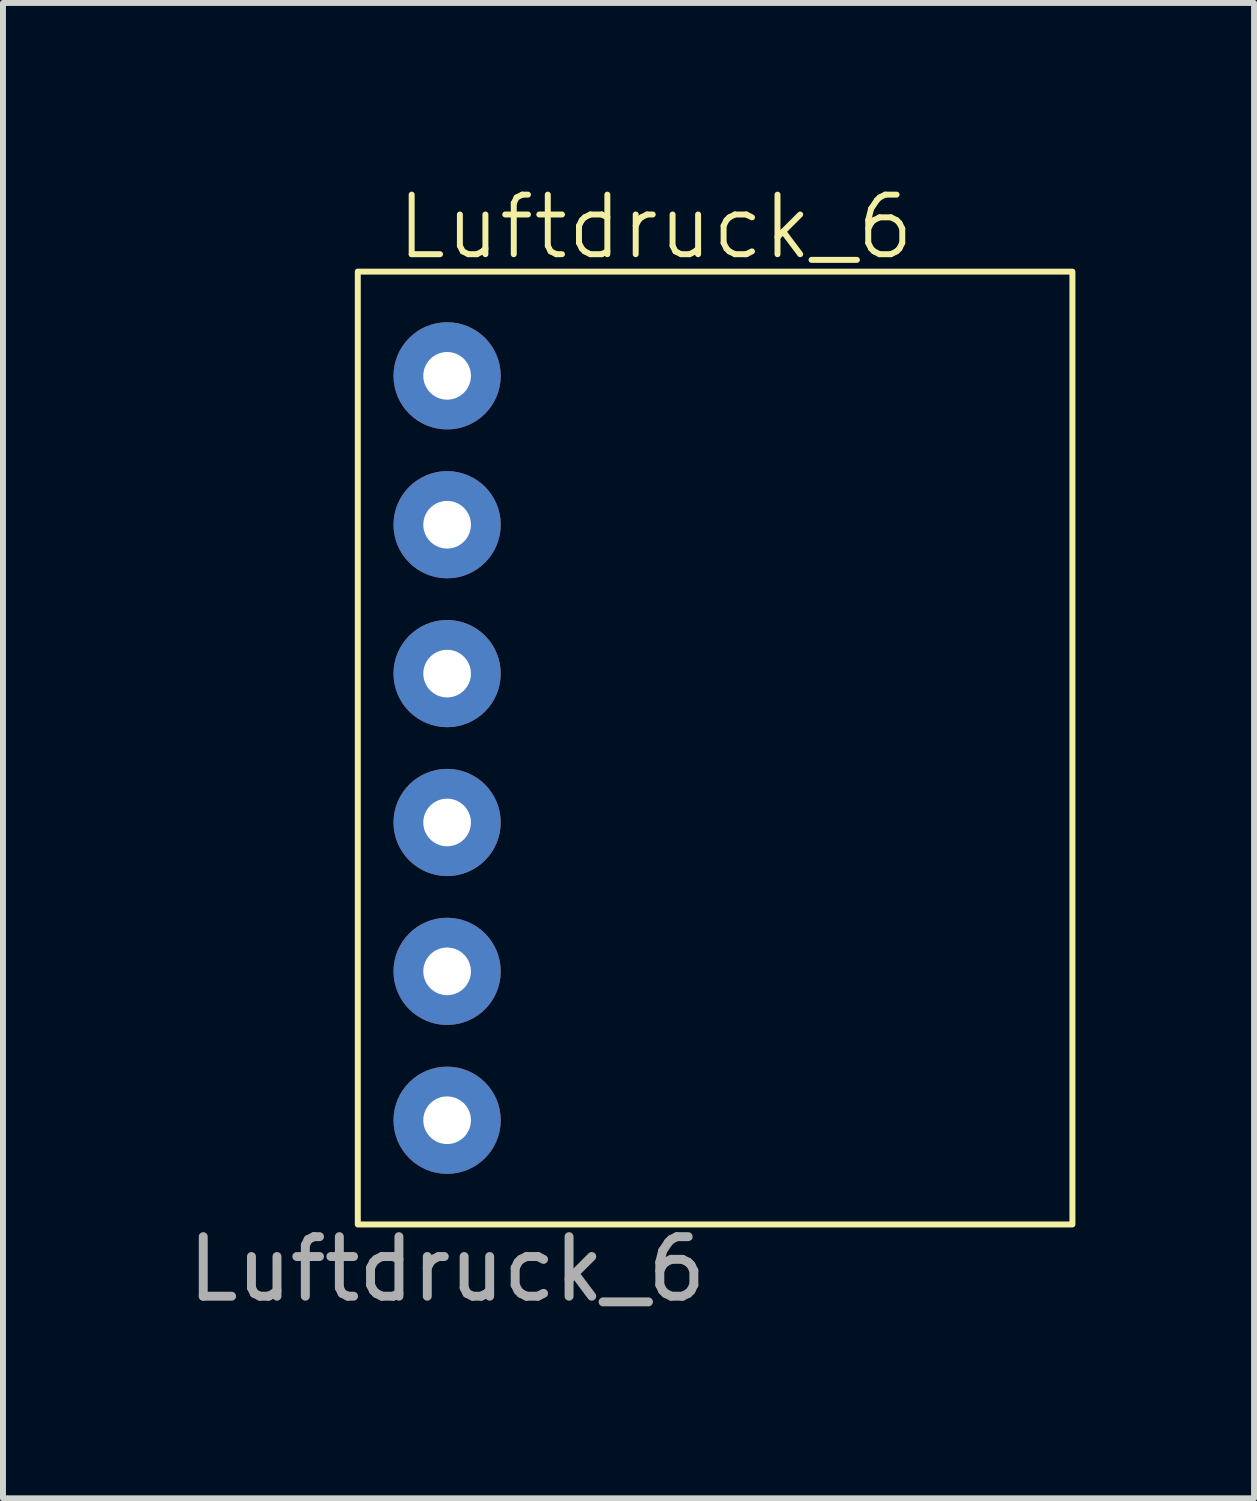
<source format=kicad_pcb>
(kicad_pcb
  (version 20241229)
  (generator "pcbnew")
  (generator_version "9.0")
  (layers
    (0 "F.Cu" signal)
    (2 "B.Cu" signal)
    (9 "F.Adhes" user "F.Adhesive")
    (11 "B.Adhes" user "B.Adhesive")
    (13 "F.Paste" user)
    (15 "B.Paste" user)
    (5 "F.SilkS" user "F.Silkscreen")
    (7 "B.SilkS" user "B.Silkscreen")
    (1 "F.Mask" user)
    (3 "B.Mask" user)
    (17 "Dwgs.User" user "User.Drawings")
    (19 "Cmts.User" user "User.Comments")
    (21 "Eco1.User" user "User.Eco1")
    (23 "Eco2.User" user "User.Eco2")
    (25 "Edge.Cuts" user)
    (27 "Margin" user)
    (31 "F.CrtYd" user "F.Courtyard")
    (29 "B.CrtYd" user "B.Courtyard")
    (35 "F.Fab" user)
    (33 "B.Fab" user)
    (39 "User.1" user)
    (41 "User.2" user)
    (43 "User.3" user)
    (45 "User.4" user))
  (footprint "Luftdruck_6"
    (layer "F.Cu")
    (at 4.458 15.761)
    (property "Reference" "Luftdruck_6" (at 3.5 -15 0) (unlocked yes) (layer "F.SilkS") (effects (font (size 1 1) (thickness 0.1))))
    (attr through_hole)
    (fp_rect (start -1.5 -14.25) (end 10.5 1.75) (stroke (width 0.1) (type default)) (fill no) (layer "F.SilkS"))
    (fp_text user "${REFERENCE}" (at 0 2.5 0) (unlocked yes) (layer "F.Fab") (effects (font (size 1 1) (thickness 0.15))))
    (pad "1" thru_hole circle (at 0 0) (size 1.8 1.8) (drill 0.8) (layers "*.Cu" "*.Mask"))
    (pad "2" thru_hole circle (at 0 -2.5) (size 1.8 1.8) (drill 0.8) (layers "*.Cu" "*.Mask"))
    (pad "3" thru_hole circle (at 0 -5) (size 1.8 1.8) (drill 0.8) (layers "*.Cu" "*.Mask"))
    (pad "4" thru_hole circle (at 0 -7.5) (size 1.8 1.8) (drill 0.8) (layers "*.Cu" "*.Mask"))
    (pad "5" thru_hole circle (at 0 -10) (size 1.8 1.8) (drill 0.8) (layers "*.Cu" "*.Mask"))
    (pad "6" thru_hole circle (at 0 -12.5) (size 1.8 1.8) (drill 0.8) (layers "*.Cu" "*.Mask")))
  (gr_rect
    (start -3 -3)
    (end 18.008 22.109)
    (stroke (width 0.1) (type default))
    (fill no)
    (layer "Edge.Cuts")))
</source>
